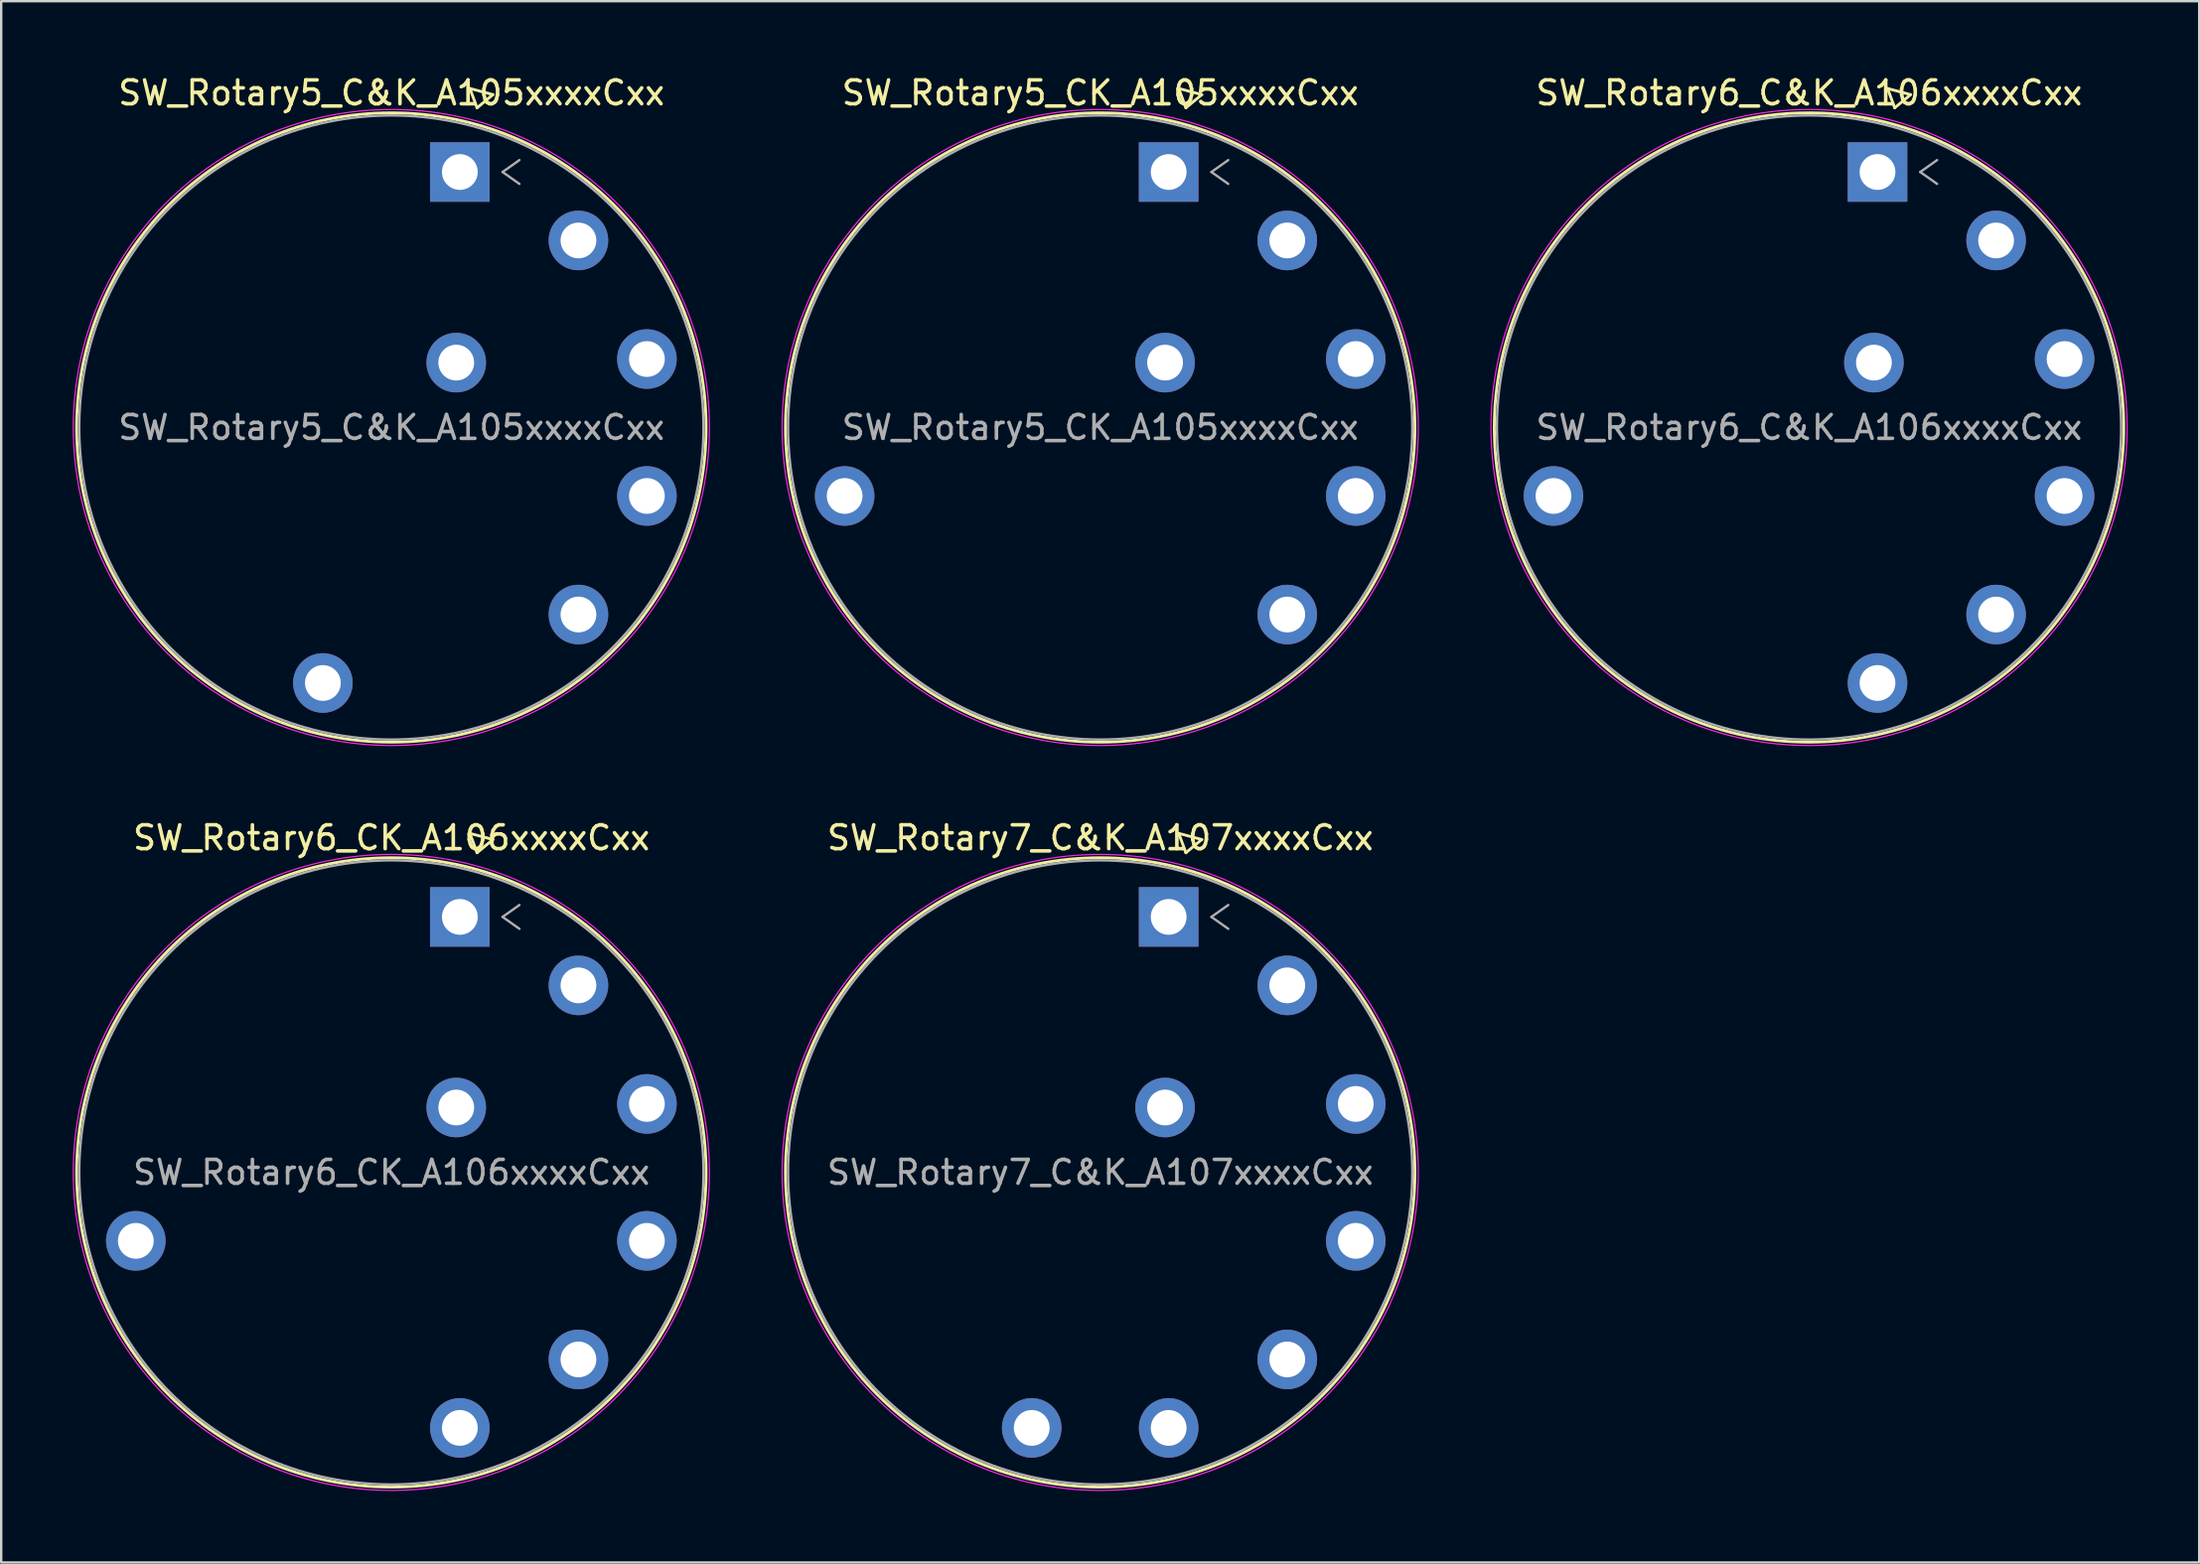
<source format=kicad_pcb>
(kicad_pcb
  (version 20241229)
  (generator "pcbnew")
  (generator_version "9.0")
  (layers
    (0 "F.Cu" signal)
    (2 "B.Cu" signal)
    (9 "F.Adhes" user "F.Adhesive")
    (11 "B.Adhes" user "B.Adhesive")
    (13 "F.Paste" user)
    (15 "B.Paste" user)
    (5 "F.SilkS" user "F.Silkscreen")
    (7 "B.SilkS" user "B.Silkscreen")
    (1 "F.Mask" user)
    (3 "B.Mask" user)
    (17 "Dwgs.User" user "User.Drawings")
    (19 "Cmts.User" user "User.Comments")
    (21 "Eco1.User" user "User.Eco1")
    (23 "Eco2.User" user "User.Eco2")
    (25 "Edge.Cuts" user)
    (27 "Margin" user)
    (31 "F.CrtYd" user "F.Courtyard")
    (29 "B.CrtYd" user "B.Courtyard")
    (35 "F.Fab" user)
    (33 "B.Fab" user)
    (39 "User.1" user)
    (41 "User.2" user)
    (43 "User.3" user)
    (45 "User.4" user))
  (footprint "SW_Rotary7_C&K_A107xxxxCxx"
    (layer "F.Cu")
    (at 45.983 35.428)
    (property "Reference" "SW_Rotary7_C&K_A107xxxxCxx" (at -2.87 -3.32 0) (layer "F.SilkS") (effects (font (size 1 1) (thickness 0.15))))
    (attr through_hole)
    (fp_line (start 0.422 -3.505) (end 0.722 -2.693) (stroke (width 0.12) (type solid)) (layer "F.SilkS"))
    (fp_line (start 0.722 -2.693) (end 1.388 -3.247) (stroke (width 0.12) (type solid)) (layer "F.SilkS"))
    (fp_line (start 1.388 -3.247) (end 0.422 -3.505) (stroke (width 0.12) (type solid)) (layer "F.SilkS"))
    (fp_circle (center -2.873 10.722) (end 10.332 10.722) (stroke (width 0.12) (type solid)) (fill no) (layer "F.SilkS"))
    (fp_circle (center -2.873 10.722) (end 10.472 10.722) (stroke (width 0.05) (type solid)) (fill no) (layer "F.CrtYd"))
    (fp_line (start 1.793 0) (end 2.5 0.5) (stroke (width 0.1) (type solid)) (layer "F.Fab"))
    (fp_line (start 2.5 -0.5) (end 1.793 0) (stroke (width 0.1) (type solid)) (layer "F.Fab"))
    (fp_circle (center -2.873 10.722) (end 10.222 10.722) (stroke (width 0.1) (type solid)) (fill no) (layer "F.Fab"))
    (fp_text user "${REFERENCE}" (at -2.87 10.72 0) (layer "F.Fab") (effects (font (size 1 1) (thickness 0.15))))
    (pad "1" thru_hole rect (at 0 0) (size 2.5 2.5) (drill 1.5) (layers "*.Cu" "*.Mask"))
    (pad "2" thru_hole circle (at 4.976 2.873) (size 2.5 2.5) (drill 1.5) (layers "*.Cu" "*.Mask"))
    (pad "3" thru_hole circle (at 7.849 7.849) (size 2.5 2.5) (drill 1.5) (layers "*.Cu" "*.Mask"))
    (pad "4" thru_hole circle (at 7.849 13.595) (size 2.5 2.5) (drill 1.5) (layers "*.Cu" "*.Mask"))
    (pad "5" thru_hole circle (at 4.976 18.571) (size 2.5 2.5) (drill 1.5) (layers "*.Cu" "*.Mask"))
    (pad "6" thru_hole circle (at 0 21.444) (size 2.5 2.5) (drill 1.5) (layers "*.Cu" "*.Mask"))
    (pad "7" thru_hole circle (at -5.746 21.444) (size 2.5 2.5) (drill 1.5) (layers "*.Cu" "*.Mask"))
    (pad "A" thru_hole circle (at -0.151 7.999) (size 2.5 2.5) (drill 1.5) (layers "*.Cu" "*.Mask")))
  (footprint "SW_Rotary5_C&K_A105xxxxCxx"
    (layer "F.Cu")
    (at 16.243 4.168)
    (property "Reference" "SW_Rotary5_C&K_A105xxxxCxx" (at -2.87 -3.32 0) (layer "F.SilkS") (effects (font (size 1 1) (thickness 0.15))))
    (attr through_hole)
    (fp_line (start 0.422 -3.505) (end 0.722 -2.693) (stroke (width 0.12) (type solid)) (layer "F.SilkS"))
    (fp_line (start 0.722 -2.693) (end 1.388 -3.247) (stroke (width 0.12) (type solid)) (layer "F.SilkS"))
    (fp_line (start 1.388 -3.247) (end 0.422 -3.505) (stroke (width 0.12) (type solid)) (layer "F.SilkS"))
    (fp_circle (center -2.873 10.722) (end 10.332 10.722) (stroke (width 0.12) (type solid)) (fill no) (layer "F.SilkS"))
    (fp_circle (center -2.873 10.722) (end 10.472 10.722) (stroke (width 0.05) (type solid)) (fill no) (layer "F.CrtYd"))
    (fp_line (start 1.793 0) (end 2.5 0.5) (stroke (width 0.1) (type solid)) (layer "F.Fab"))
    (fp_line (start 2.5 -0.5) (end 1.793 0) (stroke (width 0.1) (type solid)) (layer "F.Fab"))
    (fp_circle (center -2.873 10.722) (end 10.222 10.722) (stroke (width 0.1) (type solid)) (fill no) (layer "F.Fab"))
    (fp_text user "${REFERENCE}" (at -2.87 10.72 0) (layer "F.Fab") (effects (font (size 1 1) (thickness 0.15))))
    (pad "1" thru_hole rect (at 0 0) (size 2.5 2.5) (drill 1.5) (layers "*.Cu" "*.Mask"))
    (pad "2" thru_hole circle (at 4.976 2.873) (size 2.5 2.5) (drill 1.5) (layers "*.Cu" "*.Mask"))
    (pad "3" thru_hole circle (at 7.849 7.849) (size 2.5 2.5) (drill 1.5) (layers "*.Cu" "*.Mask"))
    (pad "4" thru_hole circle (at 7.849 13.595) (size 2.5 2.5) (drill 1.5) (layers "*.Cu" "*.Mask"))
    (pad "5" thru_hole circle (at 4.976 18.571) (size 2.5 2.5) (drill 1.5) (layers "*.Cu" "*.Mask"))
    (pad "A" thru_hole circle (at -0.151 7.999) (size 2.5 2.5) (drill 1.5) (layers "*.Cu" "*.Mask"))
    (pad "MT" thru_hole circle (at -5.746 21.444) (size 2.5 2.5) (drill 1.5) (layers "*.Cu" "*.Mask")))
  (footprint "SW_Rotary5_CK_A105xxxxCxx"
    (layer "F.Cu")
    (at 45.983 4.168)
    (property "Reference" "SW_Rotary5_CK_A105xxxxCxx" (at -2.87 -3.32 0) (layer "F.SilkS") (effects (font (size 1 1) (thickness 0.15))))
    (attr through_hole)
    (fp_line (start 0.422 -3.505) (end 0.722 -2.693) (stroke (width 0.12) (type solid)) (layer "F.SilkS"))
    (fp_line (start 0.722 -2.693) (end 1.388 -3.247) (stroke (width 0.12) (type solid)) (layer "F.SilkS"))
    (fp_line (start 1.388 -3.247) (end 0.422 -3.505) (stroke (width 0.12) (type solid)) (layer "F.SilkS"))
    (fp_circle (center -2.873 10.722) (end 10.332 10.722) (stroke (width 0.12) (type solid)) (fill no) (layer "F.SilkS"))
    (fp_circle (center -2.873 10.722) (end 10.472 10.722) (stroke (width 0.05) (type solid)) (fill no) (layer "F.CrtYd"))
    (fp_line (start 1.793 0) (end 2.5 0.5) (stroke (width 0.1) (type solid)) (layer "F.Fab"))
    (fp_line (start 2.5 -0.5) (end 1.793 0) (stroke (width 0.1) (type solid)) (layer "F.Fab"))
    (fp_circle (center -2.873 10.722) (end 10.222 10.722) (stroke (width 0.1) (type solid)) (fill no) (layer "F.Fab"))
    (fp_text user "${REFERENCE}" (at -2.87 10.72 0) (layer "F.Fab") (effects (font (size 1 1) (thickness 0.15))))
    (pad "1" thru_hole rect (at 0 0) (size 2.5 2.5) (drill 1.5) (layers "*.Cu" "*.Mask"))
    (pad "2" thru_hole circle (at 4.976 2.873) (size 2.5 2.5) (drill 1.5) (layers "*.Cu" "*.Mask"))
    (pad "3" thru_hole circle (at 7.849 7.849) (size 2.5 2.5) (drill 1.5) (layers "*.Cu" "*.Mask"))
    (pad "4" thru_hole circle (at 7.849 13.595) (size 2.5 2.5) (drill 1.5) (layers "*.Cu" "*.Mask"))
    (pad "5" thru_hole circle (at 4.976 18.571) (size 2.5 2.5) (drill 1.5) (layers "*.Cu" "*.Mask"))
    (pad "A" thru_hole circle (at -0.151 7.999) (size 2.5 2.5) (drill 1.5) (layers "*.Cu" "*.Mask"))
    (pad "MT" thru_hole circle (at -13.595 13.595) (size 2.5 2.5) (drill 1.5) (layers "*.Cu" "*.Mask")))
  (footprint "SW_Rotary6_CK_A106xxxxCxx"
    (layer "F.Cu")
    (at 16.243 35.428)
    (property "Reference" "SW_Rotary6_CK_A106xxxxCxx" (at -2.87 -3.32 0) (layer "F.SilkS") (effects (font (size 1 1) (thickness 0.15))))
    (attr through_hole)
    (fp_line (start 0.422 -3.505) (end 0.722 -2.693) (stroke (width 0.12) (type solid)) (layer "F.SilkS"))
    (fp_line (start 0.722 -2.693) (end 1.388 -3.247) (stroke (width 0.12) (type solid)) (layer "F.SilkS"))
    (fp_line (start 1.388 -3.247) (end 0.422 -3.505) (stroke (width 0.12) (type solid)) (layer "F.SilkS"))
    (fp_circle (center -2.873 10.722) (end 10.332 10.722) (stroke (width 0.12) (type solid)) (fill no) (layer "F.SilkS"))
    (fp_circle (center -2.873 10.722) (end 10.472 10.722) (stroke (width 0.05) (type solid)) (fill no) (layer "F.CrtYd"))
    (fp_line (start 1.793 0) (end 2.5 0.5) (stroke (width 0.1) (type solid)) (layer "F.Fab"))
    (fp_line (start 2.5 -0.5) (end 1.793 0) (stroke (width 0.1) (type solid)) (layer "F.Fab"))
    (fp_circle (center -2.873 10.722) (end 10.222 10.722) (stroke (width 0.1) (type solid)) (fill no) (layer "F.Fab"))
    (fp_text user "${REFERENCE}" (at -2.87 10.72 0) (layer "F.Fab") (effects (font (size 1 1) (thickness 0.15))))
    (pad "1" thru_hole rect (at 0 0) (size 2.5 2.5) (drill 1.5) (layers "*.Cu" "*.Mask"))
    (pad "2" thru_hole circle (at 4.976 2.873) (size 2.5 2.5) (drill 1.5) (layers "*.Cu" "*.Mask"))
    (pad "3" thru_hole circle (at 7.849 7.849) (size 2.5 2.5) (drill 1.5) (layers "*.Cu" "*.Mask"))
    (pad "4" thru_hole circle (at 7.849 13.595) (size 2.5 2.5) (drill 1.5) (layers "*.Cu" "*.Mask"))
    (pad "5" thru_hole circle (at 4.976 18.571) (size 2.5 2.5) (drill 1.5) (layers "*.Cu" "*.Mask"))
    (pad "6" thru_hole circle (at 0 21.444) (size 2.5 2.5) (drill 1.5) (layers "*.Cu" "*.Mask"))
    (pad "A" thru_hole circle (at -0.151 7.999) (size 2.5 2.5) (drill 1.5) (layers "*.Cu" "*.Mask"))
    (pad "MT" thru_hole circle (at -13.595 13.595) (size 2.5 2.5) (drill 1.5) (layers "*.Cu" "*.Mask")))
  (footprint "SW_Rotary6_C&K_A106xxxxCxx"
    (layer "F.Cu")
    (at 75.723 4.168)
    (property "Reference" "SW_Rotary6_C&K_A106xxxxCxx" (at -2.87 -3.32 0) (layer "F.SilkS") (effects (font (size 1 1) (thickness 0.15))))
    (attr through_hole)
    (fp_line (start 0.422 -3.505) (end 0.722 -2.693) (stroke (width 0.12) (type solid)) (layer "F.SilkS"))
    (fp_line (start 0.722 -2.693) (end 1.388 -3.247) (stroke (width 0.12) (type solid)) (layer "F.SilkS"))
    (fp_line (start 1.388 -3.247) (end 0.422 -3.505) (stroke (width 0.12) (type solid)) (layer "F.SilkS"))
    (fp_circle (center -2.873 10.722) (end 10.332 10.722) (stroke (width 0.12) (type solid)) (fill no) (layer "F.SilkS"))
    (fp_circle (center -2.873 10.722) (end 10.472 10.722) (stroke (width 0.05) (type solid)) (fill no) (layer "F.CrtYd"))
    (fp_line (start 1.793 0) (end 2.5 0.5) (stroke (width 0.1) (type solid)) (layer "F.Fab"))
    (fp_line (start 2.5 -0.5) (end 1.793 0) (stroke (width 0.1) (type solid)) (layer "F.Fab"))
    (fp_circle (center -2.873 10.722) (end 10.222 10.722) (stroke (width 0.1) (type solid)) (fill no) (layer "F.Fab"))
    (fp_text user "${REFERENCE}" (at -2.87 10.72 0) (layer "F.Fab") (effects (font (size 1 1) (thickness 0.15))))
    (pad "1" thru_hole rect (at 0 0) (size 2.5 2.5) (drill 1.5) (layers "*.Cu" "*.Mask"))
    (pad "2" thru_hole circle (at 4.976 2.873) (size 2.5 2.5) (drill 1.5) (layers "*.Cu" "*.Mask"))
    (pad "3" thru_hole circle (at 7.849 7.849) (size 2.5 2.5) (drill 1.5) (layers "*.Cu" "*.Mask"))
    (pad "4" thru_hole circle (at 7.849 13.595) (size 2.5 2.5) (drill 1.5) (layers "*.Cu" "*.Mask"))
    (pad "5" thru_hole circle (at 4.976 18.571) (size 2.5 2.5) (drill 1.5) (layers "*.Cu" "*.Mask"))
    (pad "6" thru_hole circle (at 0 21.444) (size 2.5 2.5) (drill 1.5) (layers "*.Cu" "*.Mask"))
    (pad "A" thru_hole circle (at -0.151 7.999) (size 2.5 2.5) (drill 1.5) (layers "*.Cu" "*.Mask"))
    (pad "MT" thru_hole circle (at -13.595 13.595) (size 2.5 2.5) (drill 1.5) (layers "*.Cu" "*.Mask")))
  (gr_rect
    (start -3 -3)
    (end 89.22 62.52)
    (stroke (width 0.1) (type default))
    (fill no)
    (layer "Edge.Cuts")))
</source>
